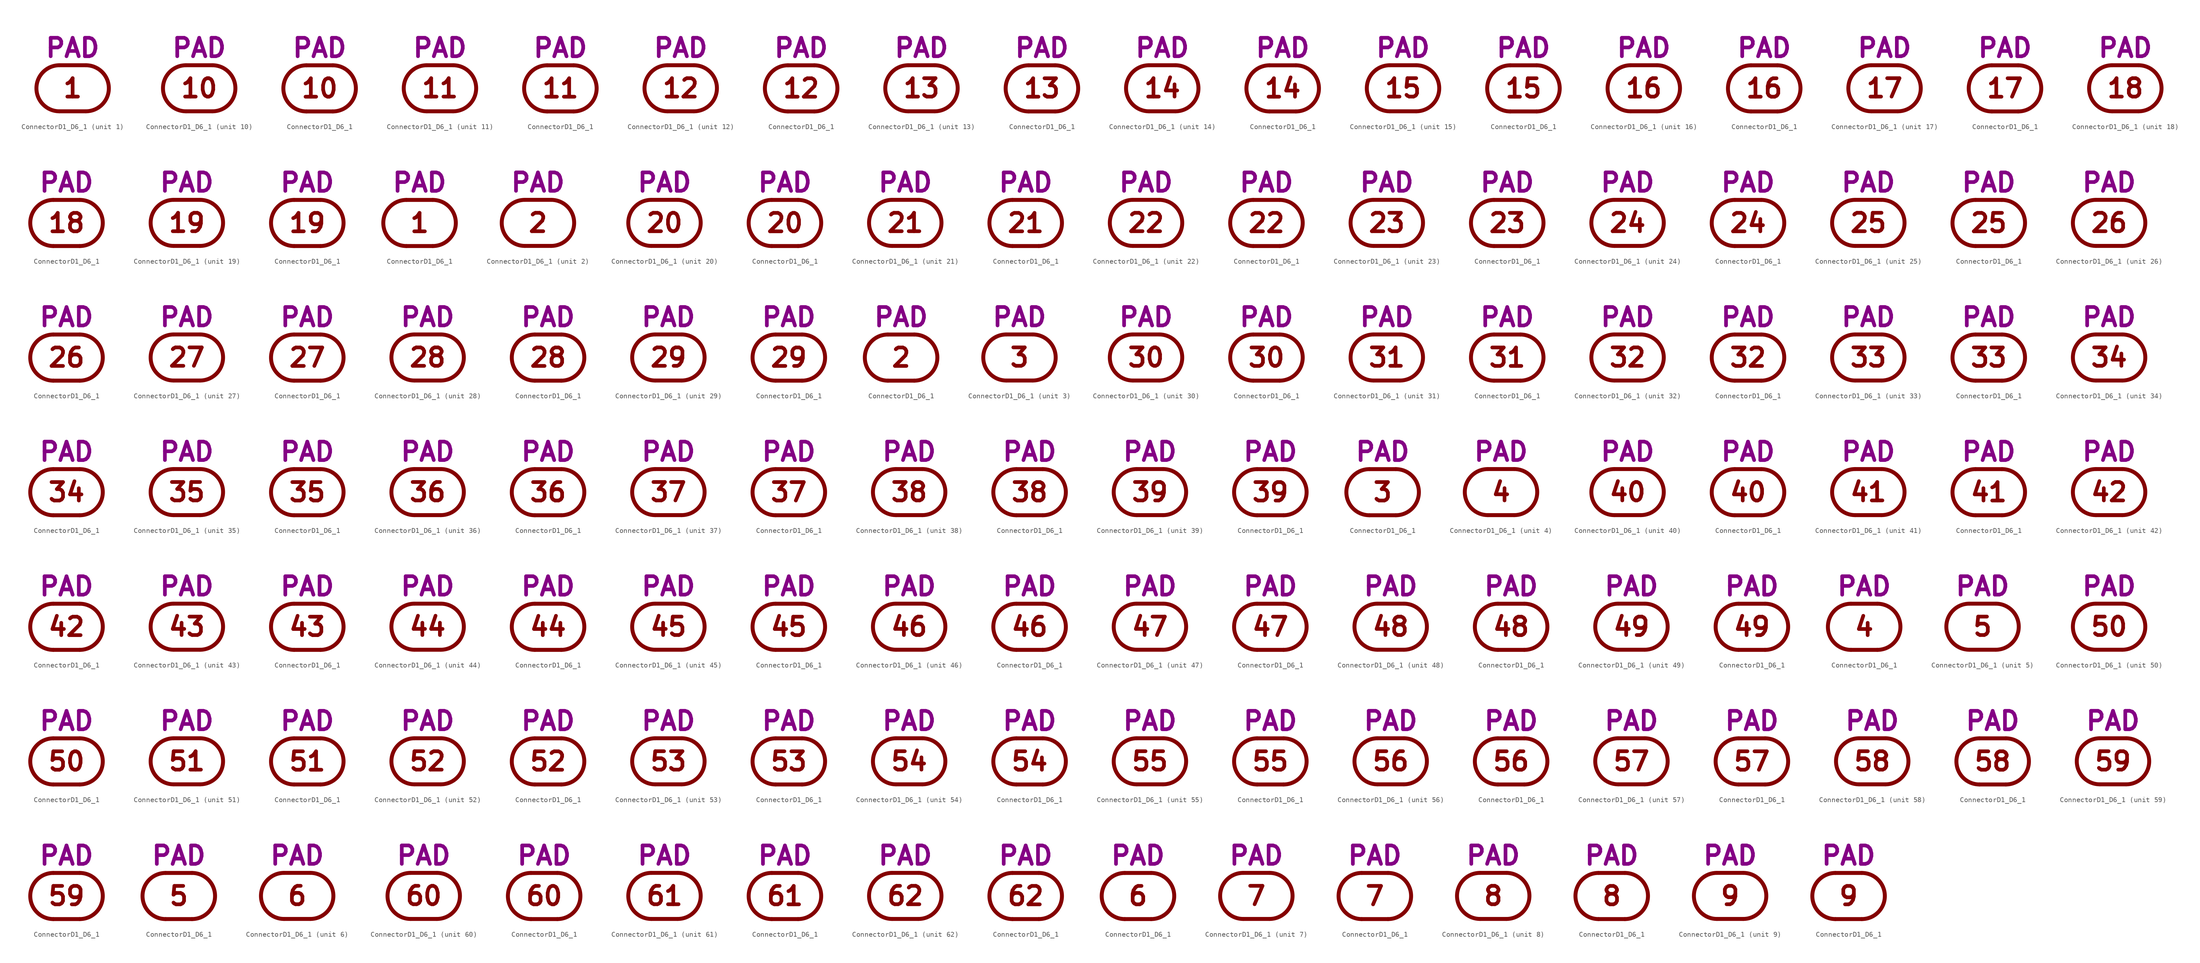
<source format=kicad_sym>
(kicad_symbol_lib
  (version 20211014)
  (generator kicad_symbol_editor)
  (symbol "ConnectorD1_D6_1"
    (pin_numbers hide)
    (pin_names
      (offset 0) hide)
    (property "Reference" "J"
      (at 0 8.255 0)
      (effects (font (size 3.556 3.556)) hide))
    (property "Caption" "PAD"
      (at 0 5.715 0)
      (effects (font (size 3.556 3.556) bold) (justify bottom)))
    (property "ki_locked" ""
      (at 0 0 0)
      (effects (font (size 1.27 1.27))))
    (symbol "ConnectorD1_D6_1_0_0"
      (arc (start -2.54 4.445) (mid -6.985 0) (end -2.54 -4.445) (stroke (width 0.762) (type default) (color 0 0 0 0)) (fill (type none)))
      (polyline (pts (xy -2.54 -4.445) (xy 2.54 -4.445)) (stroke (width 0.762) (type default) (color 0 0 0 0)) (fill (type none)))
      (polyline (pts (xy -2.54 4.445) (xy 2.54 4.445)) (stroke (width 0.762) (type default) (color 0 0 0 0)) (fill (type none)))
      (arc (start 2.54 -4.445) (mid 6.985 0) (end 2.54 4.445) (stroke (width 0.762) (type default) (color 0 0 0 0)) (fill (type none))))
    (symbol "ConnectorD1_D6_1_1_0"
      (text "1" (at 0 0 0) (effects (font (size 3.556 3.556) bold))))
    (symbol "ConnectorD1_D6_1_1_1"
      (pin passive line (at 6.985 0 180) (length 0) (name "1" (effects (font (size 3.556 3.556)))) (number "1" (effects (font (size 3.556 3.556))))))
    (symbol "ConnectorD1_D6_1_1_2"
      (pin passive line (at 0 4.445 270) (length 0) (name "1" (effects (font (size 3.556 3.556)))) (number "1" (effects (font (size 3.556 3.556))))))
    (symbol "ConnectorD1_D6_1_2_0"
      (text "2" (at 0 0 0) (effects (font (size 3.556 3.556) bold))))
    (symbol "ConnectorD1_D6_1_2_1"
      (pin passive line (at 6.985 0 180) (length 0) (name "2" (effects (font (size 3.556 3.556)))) (number "2" (effects (font (size 3.556 3.556))))))
    (symbol "ConnectorD1_D6_1_2_2"
      (pin passive line (at 0 4.445 270) (length 0) (name "2" (effects (font (size 3.556 3.556)))) (number "2" (effects (font (size 3.556 3.556))))))
    (symbol "ConnectorD1_D6_1_3_0"
      (text "3" (at 0 0 0) (effects (font (size 3.556 3.556) bold))))
    (symbol "ConnectorD1_D6_1_3_1"
      (pin passive line (at 6.985 0 180) (length 0) (name "3" (effects (font (size 3.556 3.556)))) (number "3" (effects (font (size 3.556 3.556))))))
    (symbol "ConnectorD1_D6_1_3_2"
      (pin passive line (at 0 4.445 270) (length 0) (name "3" (effects (font (size 3.556 3.556)))) (number "3" (effects (font (size 3.556 3.556))))))
    (symbol "ConnectorD1_D6_1_4_0"
      (text "4" (at 0 0 0) (effects (font (size 3.556 3.556) bold))))
    (symbol "ConnectorD1_D6_1_4_1"
      (pin passive line (at 6.985 0 180) (length 0) (name "4" (effects (font (size 3.556 3.556)))) (number "4" (effects (font (size 3.556 3.556))))))
    (symbol "ConnectorD1_D6_1_4_2"
      (pin passive line (at 0 4.445 270) (length 0) (name "4" (effects (font (size 3.556 3.556)))) (number "4" (effects (font (size 3.556 3.556))))))
    (symbol "ConnectorD1_D6_1_5_0"
      (text "5" (at 0 0 0) (effects (font (size 3.556 3.556) bold))))
    (symbol "ConnectorD1_D6_1_5_1"
      (pin passive line (at 6.985 0 180) (length 0) (name "5" (effects (font (size 3.556 3.556)))) (number "5" (effects (font (size 3.556 3.556))))))
    (symbol "ConnectorD1_D6_1_5_2"
      (pin passive line (at 0 4.445 270) (length 0) (name "5" (effects (font (size 3.556 3.556)))) (number "5" (effects (font (size 3.556 3.556))))))
    (symbol "ConnectorD1_D6_1_6_0"
      (text "6" (at 0 0 0) (effects (font (size 3.556 3.556) bold))))
    (symbol "ConnectorD1_D6_1_6_1"
      (pin passive line (at 6.985 0 180) (length 0) (name "6" (effects (font (size 3.556 3.556)))) (number "6" (effects (font (size 3.556 3.556))))))
    (symbol "ConnectorD1_D6_1_6_2"
      (pin passive line (at 0 4.445 270) (length 0) (name "6" (effects (font (size 3.556 3.556)))) (number "6" (effects (font (size 3.556 3.556))))))
    (symbol "ConnectorD1_D6_1_7_0"
      (text "7" (at 0 0 0) (effects (font (size 3.556 3.556) bold))))
    (symbol "ConnectorD1_D6_1_7_1"
      (pin passive line (at 6.985 0 180) (length 0) (name "7" (effects (font (size 3.556 3.556)))) (number "7" (effects (font (size 3.556 3.556))))))
    (symbol "ConnectorD1_D6_1_7_2"
      (pin passive line (at 0 4.445 270) (length 0) (name "7" (effects (font (size 3.556 3.556)))) (number "7" (effects (font (size 3.556 3.556))))))
    (symbol "ConnectorD1_D6_1_8_0"
      (text "8" (at 0 0 0) (effects (font (size 3.556 3.556) bold))))
    (symbol "ConnectorD1_D6_1_8_1"
      (pin passive line (at 6.985 0 180) (length 0) (name "8" (effects (font (size 3.556 3.556)))) (number "8" (effects (font (size 3.556 3.556))))))
    (symbol "ConnectorD1_D6_1_8_2"
      (pin passive line (at 0 4.445 270) (length 0) (name "8" (effects (font (size 3.556 3.556)))) (number "8" (effects (font (size 3.556 3.556))))))
    (symbol "ConnectorD1_D6_1_9_0"
      (text "9" (at 0 0 0) (effects (font (size 3.556 3.556) bold))))
    (symbol "ConnectorD1_D6_1_9_1"
      (pin passive line (at 6.985 0 180) (length 0) (name "9" (effects (font (size 3.556 3.556)))) (number "9" (effects (font (size 3.556 3.556))))))
    (symbol "ConnectorD1_D6_1_9_2"
      (pin passive line (at 0 4.445 270) (length 0) (name "9" (effects (font (size 3.556 3.556)))) (number "9" (effects (font (size 3.556 3.556))))))
    (symbol "ConnectorD1_D6_1_10_0"
      (text "10" (at 0 0 0) (effects (font (size 3.556 3.556) bold))))
    (symbol "ConnectorD1_D6_1_10_1"
      (pin passive line (at 6.985 0 180) (length 0) (name "10" (effects (font (size 3.556 3.556)))) (number "10" (effects (font (size 3.556 3.556))))))
    (symbol "ConnectorD1_D6_1_10_2"
      (pin passive line (at 0 4.445 270) (length 0) (name "10" (effects (font (size 3.556 3.556)))) (number "10" (effects (font (size 3.556 3.556))))))
    (symbol "ConnectorD1_D6_1_11_0"
      (text "11" (at 0 0 0) (effects (font (size 3.556 3.556) bold))))
    (symbol "ConnectorD1_D6_1_11_1"
      (pin passive line (at 6.985 0 180) (length 0) (name "11" (effects (font (size 3.556 3.556)))) (number "11" (effects (font (size 3.556 3.556))))))
    (symbol "ConnectorD1_D6_1_11_2"
      (pin passive line (at 0 4.445 270) (length 0) (name "11" (effects (font (size 3.556 3.556)))) (number "11" (effects (font (size 3.556 3.556))))))
    (symbol "ConnectorD1_D6_1_12_0"
      (text "12" (at 0 0 0) (effects (font (size 3.556 3.556) bold))))
    (symbol "ConnectorD1_D6_1_12_1"
      (pin passive line (at 6.985 0 180) (length 0) (name "12" (effects (font (size 3.556 3.556)))) (number "12" (effects (font (size 3.556 3.556))))))
    (symbol "ConnectorD1_D6_1_12_2"
      (pin passive line (at 0 4.445 270) (length 0) (name "12" (effects (font (size 3.556 3.556)))) (number "12" (effects (font (size 3.556 3.556))))))
    (symbol "ConnectorD1_D6_1_13_0"
      (text "13" (at 0 0 0) (effects (font (size 3.556 3.556) bold))))
    (symbol "ConnectorD1_D6_1_13_1"
      (pin passive line (at 6.985 0 180) (length 0) (name "13" (effects (font (size 3.556 3.556)))) (number "13" (effects (font (size 3.556 3.556))))))
    (symbol "ConnectorD1_D6_1_13_2"
      (pin passive line (at 0 4.445 270) (length 0) (name "13" (effects (font (size 3.556 3.556)))) (number "13" (effects (font (size 3.556 3.556))))))
    (symbol "ConnectorD1_D6_1_14_0"
      (text "14" (at 0 0 0) (effects (font (size 3.556 3.556) bold))))
    (symbol "ConnectorD1_D6_1_14_1"
      (pin passive line (at 6.985 0 180) (length 0) (name "14" (effects (font (size 3.556 3.556)))) (number "14" (effects (font (size 3.556 3.556))))))
    (symbol "ConnectorD1_D6_1_14_2"
      (pin passive line (at 0 4.445 270) (length 0) (name "14" (effects (font (size 3.556 3.556)))) (number "14" (effects (font (size 3.556 3.556))))))
    (symbol "ConnectorD1_D6_1_15_0"
      (text "15" (at 0 0 0) (effects (font (size 3.556 3.556) bold))))
    (symbol "ConnectorD1_D6_1_15_1"
      (pin passive line (at 6.985 0 180) (length 0) (name "15" (effects (font (size 3.556 3.556)))) (number "15" (effects (font (size 3.556 3.556))))))
    (symbol "ConnectorD1_D6_1_15_2"
      (pin passive line (at 0 4.445 270) (length 0) (name "15" (effects (font (size 3.556 3.556)))) (number "15" (effects (font (size 3.556 3.556))))))
    (symbol "ConnectorD1_D6_1_16_0"
      (text "16" (at 0 0 0) (effects (font (size 3.556 3.556) bold))))
    (symbol "ConnectorD1_D6_1_16_1"
      (pin passive line (at 6.985 0 180) (length 0) (name "16" (effects (font (size 3.556 3.556)))) (number "16" (effects (font (size 3.556 3.556))))))
    (symbol "ConnectorD1_D6_1_16_2"
      (pin passive line (at 0 4.445 270) (length 0) (name "16" (effects (font (size 3.556 3.556)))) (number "16" (effects (font (size 3.556 3.556))))))
    (symbol "ConnectorD1_D6_1_17_0"
      (text "17" (at 0 0 0) (effects (font (size 3.556 3.556) bold))))
    (symbol "ConnectorD1_D6_1_17_1"
      (pin passive line (at 6.985 0 180) (length 0) (name "17" (effects (font (size 3.556 3.556)))) (number "17" (effects (font (size 3.556 3.556))))))
    (symbol "ConnectorD1_D6_1_17_2"
      (pin passive line (at 0 4.445 270) (length 0) (name "17" (effects (font (size 3.556 3.556)))) (number "17" (effects (font (size 3.556 3.556))))))
    (symbol "ConnectorD1_D6_1_18_0"
      (text "18" (at 0 0 0) (effects (font (size 3.556 3.556) bold))))
    (symbol "ConnectorD1_D6_1_18_1"
      (pin passive line (at 6.985 0 180) (length 0) (name "18" (effects (font (size 3.556 3.556)))) (number "18" (effects (font (size 3.556 3.556))))))
    (symbol "ConnectorD1_D6_1_18_2"
      (pin passive line (at 0 4.445 270) (length 0) (name "18" (effects (font (size 3.556 3.556)))) (number "18" (effects (font (size 3.556 3.556))))))
    (symbol "ConnectorD1_D6_1_19_0"
      (text "19" (at 0 0 0) (effects (font (size 3.556 3.556) bold))))
    (symbol "ConnectorD1_D6_1_19_1"
      (pin passive line (at 6.985 0 180) (length 0) (name "19" (effects (font (size 3.556 3.556)))) (number "19" (effects (font (size 3.556 3.556))))))
    (symbol "ConnectorD1_D6_1_19_2"
      (pin passive line (at 0 4.445 270) (length 0) (name "19" (effects (font (size 3.556 3.556)))) (number "19" (effects (font (size 3.556 3.556))))))
    (symbol "ConnectorD1_D6_1_20_0"
      (text "20" (at 0 0 0) (effects (font (size 3.556 3.556) bold))))
    (symbol "ConnectorD1_D6_1_20_1"
      (pin passive line (at 6.985 0 180) (length 0) (name "20" (effects (font (size 3.556 3.556)))) (number "20" (effects (font (size 3.556 3.556))))))
    (symbol "ConnectorD1_D6_1_20_2"
      (pin passive line (at 0 4.445 270) (length 0) (name "20" (effects (font (size 3.556 3.556)))) (number "20" (effects (font (size 3.556 3.556))))))
    (symbol "ConnectorD1_D6_1_21_0"
      (text "21" (at 0 0 0) (effects (font (size 3.556 3.556) bold))))
    (symbol "ConnectorD1_D6_1_21_1"
      (pin passive line (at 6.985 0 180) (length 0) (name "21" (effects (font (size 3.556 3.556)))) (number "21" (effects (font (size 3.556 3.556))))))
    (symbol "ConnectorD1_D6_1_21_2"
      (pin passive line (at 0 4.445 270) (length 0) (name "21" (effects (font (size 3.556 3.556)))) (number "21" (effects (font (size 3.556 3.556))))))
    (symbol "ConnectorD1_D6_1_22_0"
      (text "22" (at 0 0 0) (effects (font (size 3.556 3.556) bold))))
    (symbol "ConnectorD1_D6_1_22_1"
      (pin passive line (at 6.985 0 180) (length 0) (name "22" (effects (font (size 3.556 3.556)))) (number "22" (effects (font (size 3.556 3.556))))))
    (symbol "ConnectorD1_D6_1_22_2"
      (pin passive line (at 0 4.445 270) (length 0) (name "22" (effects (font (size 3.556 3.556)))) (number "22" (effects (font (size 3.556 3.556))))))
    (symbol "ConnectorD1_D6_1_23_0"
      (text "23" (at 0 0 0) (effects (font (size 3.556 3.556) bold))))
    (symbol "ConnectorD1_D6_1_23_1"
      (pin passive line (at 6.985 0 180) (length 0) (name "23" (effects (font (size 3.556 3.556)))) (number "23" (effects (font (size 3.556 3.556))))))
    (symbol "ConnectorD1_D6_1_23_2"
      (pin passive line (at 0 4.445 270) (length 0) (name "23" (effects (font (size 3.556 3.556)))) (number "23" (effects (font (size 3.556 3.556))))))
    (symbol "ConnectorD1_D6_1_24_0"
      (text "24" (at 0 0 0) (effects (font (size 3.556 3.556) bold))))
    (symbol "ConnectorD1_D6_1_24_1"
      (pin passive line (at 6.985 0 180) (length 0) (name "24" (effects (font (size 3.556 3.556)))) (number "24" (effects (font (size 3.556 3.556))))))
    (symbol "ConnectorD1_D6_1_24_2"
      (pin passive line (at 0 4.445 270) (length 0) (name "24" (effects (font (size 3.556 3.556)))) (number "24" (effects (font (size 3.556 3.556))))))
    (symbol "ConnectorD1_D6_1_25_0"
      (text "25" (at 0 0 0) (effects (font (size 3.556 3.556) bold))))
    (symbol "ConnectorD1_D6_1_25_1"
      (pin passive line (at 6.985 0 180) (length 0) (name "25" (effects (font (size 3.556 3.556)))) (number "25" (effects (font (size 3.556 3.556))))))
    (symbol "ConnectorD1_D6_1_25_2"
      (pin passive line (at 0 4.445 270) (length 0) (name "25" (effects (font (size 3.556 3.556)))) (number "25" (effects (font (size 3.556 3.556))))))
    (symbol "ConnectorD1_D6_1_26_0"
      (text "26" (at 0 0 0) (effects (font (size 3.556 3.556) bold))))
    (symbol "ConnectorD1_D6_1_26_1"
      (pin passive line (at 6.985 0 180) (length 0) (name "26" (effects (font (size 3.556 3.556)))) (number "26" (effects (font (size 3.556 3.556))))))
    (symbol "ConnectorD1_D6_1_26_2"
      (pin passive line (at 0 4.445 270) (length 0) (name "26" (effects (font (size 3.556 3.556)))) (number "26" (effects (font (size 3.556 3.556))))))
    (symbol "ConnectorD1_D6_1_27_0"
      (text "27" (at 0 0 0) (effects (font (size 3.556 3.556) bold))))
    (symbol "ConnectorD1_D6_1_27_1"
      (pin passive line (at 6.985 0 180) (length 0) (name "27" (effects (font (size 3.556 3.556)))) (number "27" (effects (font (size 3.556 3.556))))))
    (symbol "ConnectorD1_D6_1_27_2"
      (pin passive line (at 0 4.445 270) (length 0) (name "27" (effects (font (size 3.556 3.556)))) (number "27" (effects (font (size 3.556 3.556))))))
    (symbol "ConnectorD1_D6_1_28_0"
      (text "28" (at 0 0 0) (effects (font (size 3.556 3.556) bold))))
    (symbol "ConnectorD1_D6_1_28_1"
      (pin passive line (at 6.985 0 180) (length 0) (name "28" (effects (font (size 3.556 3.556)))) (number "28" (effects (font (size 3.556 3.556))))))
    (symbol "ConnectorD1_D6_1_28_2"
      (pin passive line (at 0 4.445 270) (length 0) (name "28" (effects (font (size 3.556 3.556)))) (number "28" (effects (font (size 3.556 3.556))))))
    (symbol "ConnectorD1_D6_1_29_0"
      (text "29" (at 0 0 0) (effects (font (size 3.556 3.556) bold))))
    (symbol "ConnectorD1_D6_1_29_1"
      (pin passive line (at 6.985 0 180) (length 0) (name "29" (effects (font (size 3.556 3.556)))) (number "29" (effects (font (size 3.556 3.556))))))
    (symbol "ConnectorD1_D6_1_29_2"
      (pin passive line (at 0 4.445 270) (length 0) (name "29" (effects (font (size 3.556 3.556)))) (number "29" (effects (font (size 3.556 3.556))))))
    (symbol "ConnectorD1_D6_1_30_0"
      (text "30" (at 0 0 0) (effects (font (size 3.556 3.556) bold))))
    (symbol "ConnectorD1_D6_1_30_1"
      (pin passive line (at 6.985 0 180) (length 0) (name "30" (effects (font (size 3.556 3.556)))) (number "30" (effects (font (size 3.556 3.556))))))
    (symbol "ConnectorD1_D6_1_30_2"
      (pin passive line (at 0 4.445 270) (length 0) (name "30" (effects (font (size 3.556 3.556)))) (number "30" (effects (font (size 3.556 3.556))))))
    (symbol "ConnectorD1_D6_1_31_0"
      (text "31" (at 0 0 0) (effects (font (size 3.556 3.556) bold))))
    (symbol "ConnectorD1_D6_1_31_1"
      (pin passive line (at 6.985 0 180) (length 0) (name "31" (effects (font (size 3.556 3.556)))) (number "31" (effects (font (size 3.556 3.556))))))
    (symbol "ConnectorD1_D6_1_31_2"
      (pin passive line (at 0 4.445 270) (length 0) (name "31" (effects (font (size 3.556 3.556)))) (number "31" (effects (font (size 3.556 3.556))))))
    (symbol "ConnectorD1_D6_1_32_0"
      (text "32" (at 0 0 0) (effects (font (size 3.556 3.556) bold))))
    (symbol "ConnectorD1_D6_1_32_1"
      (pin passive line (at 6.985 0 180) (length 0) (name "32" (effects (font (size 3.556 3.556)))) (number "32" (effects (font (size 3.556 3.556))))))
    (symbol "ConnectorD1_D6_1_32_2"
      (pin passive line (at 0 4.445 270) (length 0) (name "32" (effects (font (size 3.556 3.556)))) (number "32" (effects (font (size 3.556 3.556))))))
    (symbol "ConnectorD1_D6_1_33_0"
      (text "33" (at 0 0 0) (effects (font (size 3.556 3.556) bold))))
    (symbol "ConnectorD1_D6_1_33_1"
      (pin passive line (at 6.985 0 180) (length 0) (name "33" (effects (font (size 3.556 3.556)))) (number "33" (effects (font (size 3.556 3.556))))))
    (symbol "ConnectorD1_D6_1_33_2"
      (pin passive line (at 0 4.445 270) (length 0) (name "33" (effects (font (size 3.556 3.556)))) (number "33" (effects (font (size 3.556 3.556))))))
    (symbol "ConnectorD1_D6_1_34_0"
      (text "34" (at 0 0 0) (effects (font (size 3.556 3.556) bold))))
    (symbol "ConnectorD1_D6_1_34_1"
      (pin passive line (at 6.985 0 180) (length 0) (name "34" (effects (font (size 3.556 3.556)))) (number "34" (effects (font (size 3.556 3.556))))))
    (symbol "ConnectorD1_D6_1_34_2"
      (pin passive line (at 0 4.445 270) (length 0) (name "34" (effects (font (size 3.556 3.556)))) (number "34" (effects (font (size 3.556 3.556))))))
    (symbol "ConnectorD1_D6_1_35_0"
      (text "35" (at 0 0 0) (effects (font (size 3.556 3.556) bold))))
    (symbol "ConnectorD1_D6_1_35_1"
      (pin passive line (at 6.985 0 180) (length 0) (name "35" (effects (font (size 3.556 3.556)))) (number "35" (effects (font (size 3.556 3.556))))))
    (symbol "ConnectorD1_D6_1_35_2"
      (pin passive line (at 0 4.445 270) (length 0) (name "35" (effects (font (size 3.556 3.556)))) (number "35" (effects (font (size 3.556 3.556))))))
    (symbol "ConnectorD1_D6_1_36_0"
      (text "36" (at 0 0 0) (effects (font (size 3.556 3.556) bold))))
    (symbol "ConnectorD1_D6_1_36_1"
      (pin passive line (at 6.985 0 180) (length 0) (name "36" (effects (font (size 3.556 3.556)))) (number "36" (effects (font (size 3.556 3.556))))))
    (symbol "ConnectorD1_D6_1_36_2"
      (pin passive line (at 0 4.445 270) (length 0) (name "36" (effects (font (size 3.556 3.556)))) (number "36" (effects (font (size 3.556 3.556))))))
    (symbol "ConnectorD1_D6_1_37_0"
      (text "37" (at 0 0 0) (effects (font (size 3.556 3.556) bold))))
    (symbol "ConnectorD1_D6_1_37_1"
      (pin passive line (at 6.985 0 180) (length 0) (name "37" (effects (font (size 3.556 3.556)))) (number "37" (effects (font (size 3.556 3.556))))))
    (symbol "ConnectorD1_D6_1_37_2"
      (pin passive line (at 0 4.445 270) (length 0) (name "37" (effects (font (size 3.556 3.556)))) (number "37" (effects (font (size 3.556 3.556))))))
    (symbol "ConnectorD1_D6_1_38_0"
      (text "38" (at 0 0 0) (effects (font (size 3.556 3.556) bold))))
    (symbol "ConnectorD1_D6_1_38_1"
      (pin passive line (at 6.985 0 180) (length 0) (name "38" (effects (font (size 3.556 3.556)))) (number "38" (effects (font (size 3.556 3.556))))))
    (symbol "ConnectorD1_D6_1_38_2"
      (pin passive line (at 0 4.445 270) (length 0) (name "38" (effects (font (size 3.556 3.556)))) (number "38" (effects (font (size 3.556 3.556))))))
    (symbol "ConnectorD1_D6_1_39_0"
      (text "39" (at 0 0 0) (effects (font (size 3.556 3.556) bold))))
    (symbol "ConnectorD1_D6_1_39_1"
      (pin passive line (at 6.985 0 180) (length 0) (name "39" (effects (font (size 3.556 3.556)))) (number "39" (effects (font (size 3.556 3.556))))))
    (symbol "ConnectorD1_D6_1_39_2"
      (pin passive line (at 0 4.445 270) (length 0) (name "39" (effects (font (size 3.556 3.556)))) (number "39" (effects (font (size 3.556 3.556))))))
    (symbol "ConnectorD1_D6_1_40_0"
      (text "40" (at 0 0 0) (effects (font (size 3.556 3.556) bold))))
    (symbol "ConnectorD1_D6_1_40_1"
      (pin passive line (at 6.985 0 180) (length 0) (name "40" (effects (font (size 3.556 3.556)))) (number "40" (effects (font (size 3.556 3.556))))))
    (symbol "ConnectorD1_D6_1_40_2"
      (pin passive line (at 0 4.445 270) (length 0) (name "40" (effects (font (size 3.556 3.556)))) (number "40" (effects (font (size 3.556 3.556))))))
    (symbol "ConnectorD1_D6_1_41_0"
      (text "41" (at 0 0 0) (effects (font (size 3.556 3.556) bold))))
    (symbol "ConnectorD1_D6_1_41_1"
      (pin passive line (at 6.985 0 180) (length 0) (name "41" (effects (font (size 3.556 3.556)))) (number "41" (effects (font (size 3.556 3.556))))))
    (symbol "ConnectorD1_D6_1_41_2"
      (pin passive line (at 0 4.445 270) (length 0) (name "41" (effects (font (size 3.556 3.556)))) (number "41" (effects (font (size 3.556 3.556))))))
    (symbol "ConnectorD1_D6_1_42_0"
      (text "42" (at 0 0 0) (effects (font (size 3.556 3.556) bold))))
    (symbol "ConnectorD1_D6_1_42_1"
      (pin passive line (at 6.985 0 180) (length 0) (name "42" (effects (font (size 3.556 3.556)))) (number "42" (effects (font (size 3.556 3.556))))))
    (symbol "ConnectorD1_D6_1_42_2"
      (pin passive line (at 0 4.445 270) (length 0) (name "42" (effects (font (size 3.556 3.556)))) (number "42" (effects (font (size 3.556 3.556))))))
    (symbol "ConnectorD1_D6_1_43_0"
      (text "43" (at 0 0 0) (effects (font (size 3.556 3.556) bold))))
    (symbol "ConnectorD1_D6_1_43_1"
      (pin passive line (at 6.985 0 180) (length 0) (name "43" (effects (font (size 3.556 3.556)))) (number "43" (effects (font (size 3.556 3.556))))))
    (symbol "ConnectorD1_D6_1_43_2"
      (pin passive line (at 0 4.445 270) (length 0) (name "43" (effects (font (size 3.556 3.556)))) (number "43" (effects (font (size 3.556 3.556))))))
    (symbol "ConnectorD1_D6_1_44_0"
      (text "44" (at 0 0 0) (effects (font (size 3.556 3.556) bold))))
    (symbol "ConnectorD1_D6_1_44_1"
      (pin passive line (at 6.985 0 180) (length 0) (name "44" (effects (font (size 3.556 3.556)))) (number "44" (effects (font (size 3.556 3.556))))))
    (symbol "ConnectorD1_D6_1_44_2"
      (pin passive line (at 0 4.445 270) (length 0) (name "44" (effects (font (size 3.556 3.556)))) (number "44" (effects (font (size 3.556 3.556))))))
    (symbol "ConnectorD1_D6_1_45_0"
      (text "45" (at 0 0 0) (effects (font (size 3.556 3.556) bold))))
    (symbol "ConnectorD1_D6_1_45_1"
      (pin passive line (at 6.985 0 180) (length 0) (name "45" (effects (font (size 3.556 3.556)))) (number "45" (effects (font (size 3.556 3.556))))))
    (symbol "ConnectorD1_D6_1_45_2"
      (pin passive line (at 0 4.445 270) (length 0) (name "45" (effects (font (size 3.556 3.556)))) (number "45" (effects (font (size 3.556 3.556))))))
    (symbol "ConnectorD1_D6_1_46_0"
      (text "46" (at 0 0 0) (effects (font (size 3.556 3.556) bold))))
    (symbol "ConnectorD1_D6_1_46_1"
      (pin passive line (at 6.985 0 180) (length 0) (name "46" (effects (font (size 3.556 3.556)))) (number "46" (effects (font (size 3.556 3.556))))))
    (symbol "ConnectorD1_D6_1_46_2"
      (pin passive line (at 0 4.445 270) (length 0) (name "46" (effects (font (size 3.556 3.556)))) (number "46" (effects (font (size 3.556 3.556))))))
    (symbol "ConnectorD1_D6_1_47_0"
      (text "47" (at 0 0 0) (effects (font (size 3.556 3.556) bold))))
    (symbol "ConnectorD1_D6_1_47_1"
      (pin passive line (at 6.985 0 180) (length 0) (name "47" (effects (font (size 3.556 3.556)))) (number "47" (effects (font (size 3.556 3.556))))))
    (symbol "ConnectorD1_D6_1_47_2"
      (pin passive line (at 0 4.445 270) (length 0) (name "47" (effects (font (size 3.556 3.556)))) (number "47" (effects (font (size 3.556 3.556))))))
    (symbol "ConnectorD1_D6_1_48_0"
      (text "48" (at 0 0 0) (effects (font (size 3.556 3.556) bold))))
    (symbol "ConnectorD1_D6_1_48_1"
      (pin passive line (at 6.985 0 180) (length 0) (name "48" (effects (font (size 3.556 3.556)))) (number "48" (effects (font (size 3.556 3.556))))))
    (symbol "ConnectorD1_D6_1_48_2"
      (pin passive line (at 0 4.445 270) (length 0) (name "48" (effects (font (size 3.556 3.556)))) (number "48" (effects (font (size 3.556 3.556))))))
    (symbol "ConnectorD1_D6_1_49_0"
      (text "49" (at 0 0 0) (effects (font (size 3.556 3.556) bold))))
    (symbol "ConnectorD1_D6_1_49_1"
      (pin passive line (at 6.985 0 180) (length 0) (name "49" (effects (font (size 3.556 3.556)))) (number "49" (effects (font (size 3.556 3.556))))))
    (symbol "ConnectorD1_D6_1_49_2"
      (pin passive line (at 0 4.445 270) (length 0) (name "49" (effects (font (size 3.556 3.556)))) (number "49" (effects (font (size 3.556 3.556))))))
    (symbol "ConnectorD1_D6_1_50_0"
      (text "50" (at 0 0 0) (effects (font (size 3.556 3.556) bold))))
    (symbol "ConnectorD1_D6_1_50_1"
      (pin passive line (at 6.985 0 180) (length 0) (name "50" (effects (font (size 3.556 3.556)))) (number "50" (effects (font (size 3.556 3.556))))))
    (symbol "ConnectorD1_D6_1_50_2"
      (pin passive line (at 0 4.445 270) (length 0) (name "50" (effects (font (size 3.556 3.556)))) (number "50" (effects (font (size 3.556 3.556))))))
    (symbol "ConnectorD1_D6_1_51_0"
      (text "51" (at 0 0 0) (effects (font (size 3.556 3.556) bold))))
    (symbol "ConnectorD1_D6_1_51_1"
      (pin passive line (at 6.985 0 180) (length 0) (name "51" (effects (font (size 3.556 3.556)))) (number "51" (effects (font (size 3.556 3.556))))))
    (symbol "ConnectorD1_D6_1_51_2"
      (pin passive line (at 0 4.445 270) (length 0) (name "51" (effects (font (size 3.556 3.556)))) (number "51" (effects (font (size 3.556 3.556))))))
    (symbol "ConnectorD1_D6_1_52_0"
      (text "52" (at 0 0 0) (effects (font (size 3.556 3.556) bold))))
    (symbol "ConnectorD1_D6_1_52_1"
      (pin passive line (at 6.985 0 180) (length 0) (name "52" (effects (font (size 3.556 3.556)))) (number "52" (effects (font (size 3.556 3.556))))))
    (symbol "ConnectorD1_D6_1_52_2"
      (pin passive line (at 0 4.445 270) (length 0) (name "52" (effects (font (size 3.556 3.556)))) (number "52" (effects (font (size 3.556 3.556))))))
    (symbol "ConnectorD1_D6_1_53_0"
      (text "53" (at 0 0 0) (effects (font (size 3.556 3.556) bold))))
    (symbol "ConnectorD1_D6_1_53_1"
      (pin passive line (at 6.985 0 180) (length 0) (name "53" (effects (font (size 3.556 3.556)))) (number "53" (effects (font (size 3.556 3.556))))))
    (symbol "ConnectorD1_D6_1_53_2"
      (pin passive line (at 0 4.445 270) (length 0) (name "53" (effects (font (size 3.556 3.556)))) (number "53" (effects (font (size 3.556 3.556))))))
    (symbol "ConnectorD1_D6_1_54_0"
      (text "54" (at 0 0 0) (effects (font (size 3.556 3.556) bold))))
    (symbol "ConnectorD1_D6_1_54_1"
      (pin passive line (at 6.985 0 180) (length 0) (name "54" (effects (font (size 3.556 3.556)))) (number "54" (effects (font (size 3.556 3.556))))))
    (symbol "ConnectorD1_D6_1_54_2"
      (pin passive line (at 0 4.445 270) (length 0) (name "54" (effects (font (size 3.556 3.556)))) (number "54" (effects (font (size 3.556 3.556))))))
    (symbol "ConnectorD1_D6_1_55_0"
      (text "55" (at 0 0 0) (effects (font (size 3.556 3.556) bold))))
    (symbol "ConnectorD1_D6_1_55_1"
      (pin passive line (at 6.985 0 180) (length 0) (name "55" (effects (font (size 3.556 3.556)))) (number "55" (effects (font (size 3.556 3.556))))))
    (symbol "ConnectorD1_D6_1_55_2"
      (pin passive line (at 0 4.445 270) (length 0) (name "55" (effects (font (size 3.556 3.556)))) (number "55" (effects (font (size 3.556 3.556))))))
    (symbol "ConnectorD1_D6_1_56_0"
      (text "56" (at 0 0 0) (effects (font (size 3.556 3.556) bold))))
    (symbol "ConnectorD1_D6_1_56_1"
      (pin passive line (at 6.985 0 180) (length 0) (name "56" (effects (font (size 3.556 3.556)))) (number "56" (effects (font (size 3.556 3.556))))))
    (symbol "ConnectorD1_D6_1_56_2"
      (pin passive line (at 0 4.445 270) (length 0) (name "56" (effects (font (size 3.556 3.556)))) (number "56" (effects (font (size 3.556 3.556))))))
    (symbol "ConnectorD1_D6_1_57_0"
      (text "57" (at 0 0 0) (effects (font (size 3.556 3.556) bold))))
    (symbol "ConnectorD1_D6_1_57_1"
      (pin passive line (at 6.985 0 180) (length 0) (name "57" (effects (font (size 3.556 3.556)))) (number "57" (effects (font (size 3.556 3.556))))))
    (symbol "ConnectorD1_D6_1_57_2"
      (pin passive line (at 0 4.445 270) (length 0) (name "57" (effects (font (size 3.556 3.556)))) (number "57" (effects (font (size 3.556 3.556))))))
    (symbol "ConnectorD1_D6_1_58_0"
      (text "58" (at 0 0 0) (effects (font (size 3.556 3.556) bold))))
    (symbol "ConnectorD1_D6_1_58_1"
      (pin passive line (at 6.985 0 180) (length 0) (name "58" (effects (font (size 3.556 3.556)))) (number "58" (effects (font (size 3.556 3.556))))))
    (symbol "ConnectorD1_D6_1_58_2"
      (pin passive line (at 0 4.445 270) (length 0) (name "58" (effects (font (size 3.556 3.556)))) (number "58" (effects (font (size 3.556 3.556))))))
    (symbol "ConnectorD1_D6_1_59_0"
      (text "59" (at 0 0 0) (effects (font (size 3.556 3.556) bold))))
    (symbol "ConnectorD1_D6_1_59_1"
      (pin passive line (at 6.985 0 180) (length 0) (name "59" (effects (font (size 3.556 3.556)))) (number "59" (effects (font (size 3.556 3.556))))))
    (symbol "ConnectorD1_D6_1_59_2"
      (pin passive line (at 0 4.445 270) (length 0) (name "59" (effects (font (size 3.556 3.556)))) (number "59" (effects (font (size 3.556 3.556))))))
    (symbol "ConnectorD1_D6_1_60_0"
      (text "60" (at 0 0 0) (effects (font (size 3.556 3.556) bold))))
    (symbol "ConnectorD1_D6_1_60_1"
      (pin passive line (at 6.985 0 180) (length 0) (name "60" (effects (font (size 3.556 3.556)))) (number "60" (effects (font (size 3.556 3.556))))))
    (symbol "ConnectorD1_D6_1_60_2"
      (pin passive line (at 0 4.445 270) (length 0) (name "60" (effects (font (size 3.556 3.556)))) (number "60" (effects (font (size 3.556 3.556))))))
    (symbol "ConnectorD1_D6_1_61_0"
      (text "61" (at 0 0 0) (effects (font (size 3.556 3.556) bold))))
    (symbol "ConnectorD1_D6_1_61_1"
      (pin passive line (at 6.985 0 180) (length 0) (name "61" (effects (font (size 3.556 3.556)))) (number "61" (effects (font (size 3.556 3.556))))))
    (symbol "ConnectorD1_D6_1_61_2"
      (pin passive line (at 0 4.445 270) (length 0) (name "61" (effects (font (size 3.556 3.556)))) (number "61" (effects (font (size 3.556 3.556))))))
    (symbol "ConnectorD1_D6_1_62_0"
      (text "62" (at 0 0 0) (effects (font (size 3.556 3.556) bold))))
    (symbol "ConnectorD1_D6_1_62_1"
      (pin passive line (at 6.985 0 180) (length 0) (name "62" (effects (font (size 3.556 3.556)))) (number "62" (effects (font (size 3.556 3.556))))))
    (symbol "ConnectorD1_D6_1_62_2"
      (pin passive line (at 0 4.445 270) (length 0) (name "62" (effects (font (size 3.556 3.556)))) (number "62" (effects (font (size 3.556 3.556))))))))
</source>
